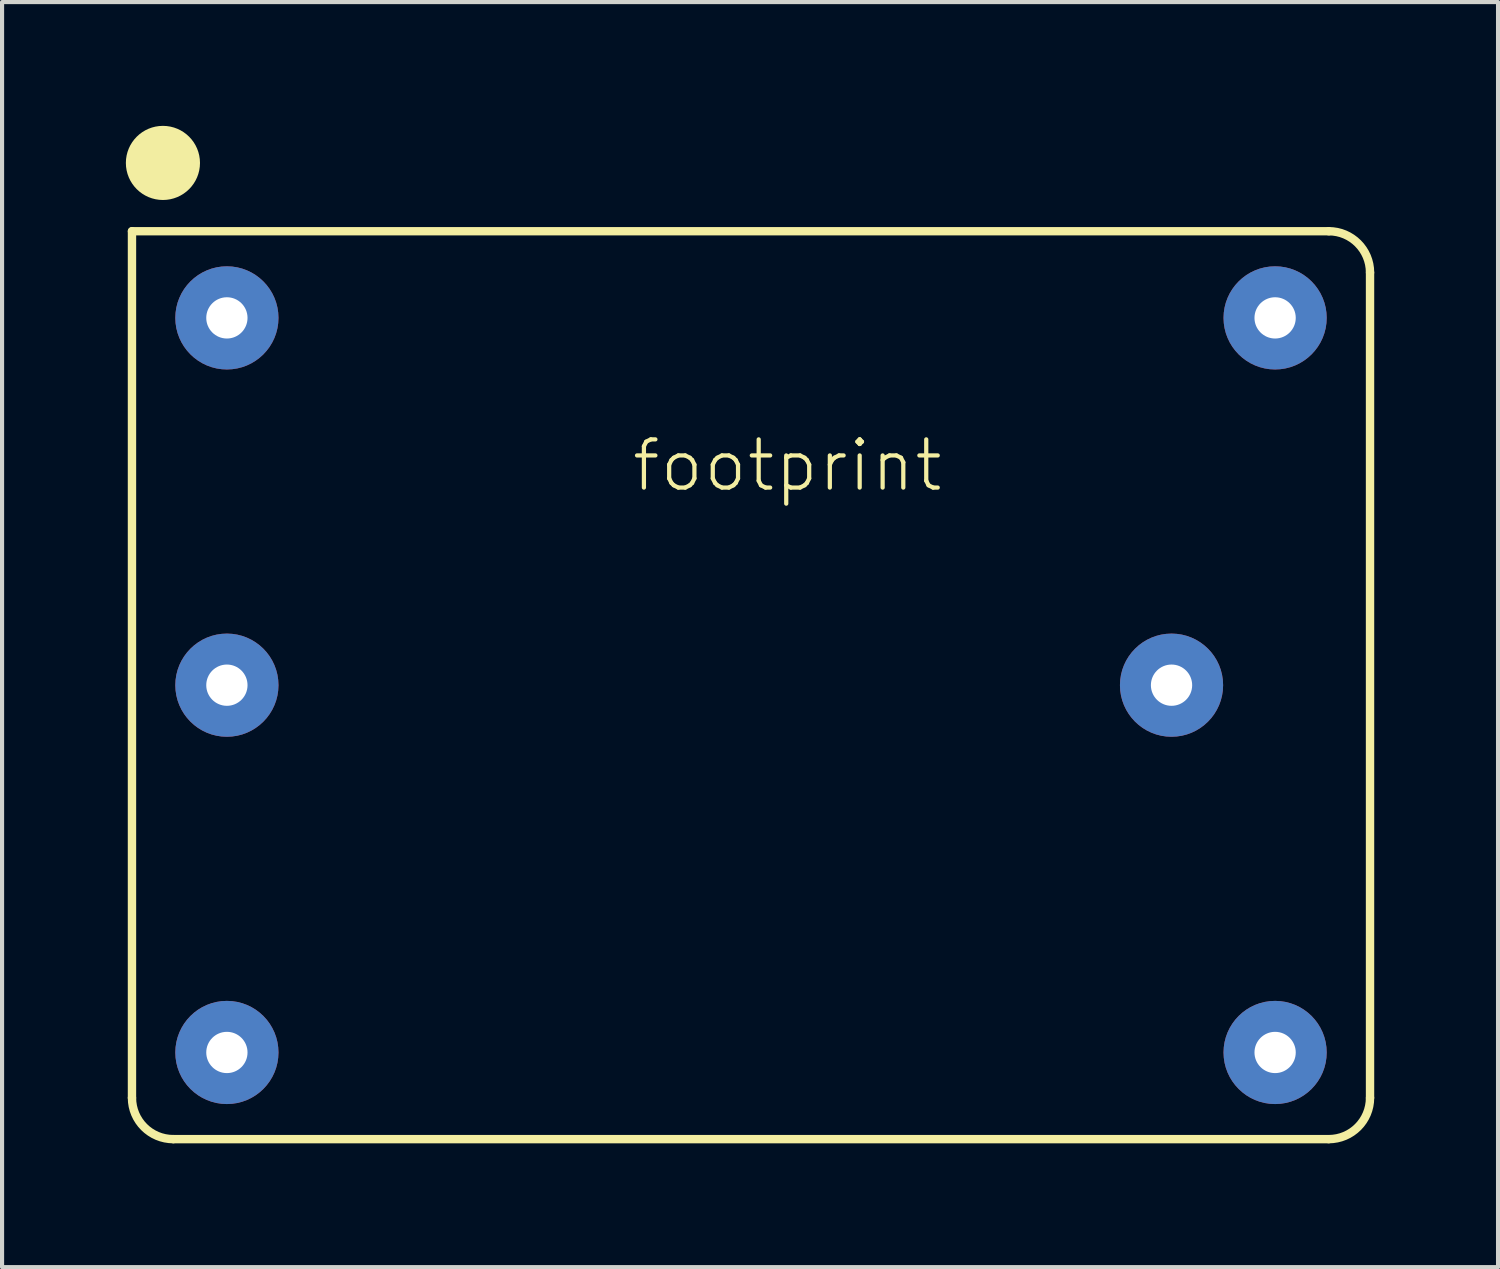
<source format=kicad_pcb>
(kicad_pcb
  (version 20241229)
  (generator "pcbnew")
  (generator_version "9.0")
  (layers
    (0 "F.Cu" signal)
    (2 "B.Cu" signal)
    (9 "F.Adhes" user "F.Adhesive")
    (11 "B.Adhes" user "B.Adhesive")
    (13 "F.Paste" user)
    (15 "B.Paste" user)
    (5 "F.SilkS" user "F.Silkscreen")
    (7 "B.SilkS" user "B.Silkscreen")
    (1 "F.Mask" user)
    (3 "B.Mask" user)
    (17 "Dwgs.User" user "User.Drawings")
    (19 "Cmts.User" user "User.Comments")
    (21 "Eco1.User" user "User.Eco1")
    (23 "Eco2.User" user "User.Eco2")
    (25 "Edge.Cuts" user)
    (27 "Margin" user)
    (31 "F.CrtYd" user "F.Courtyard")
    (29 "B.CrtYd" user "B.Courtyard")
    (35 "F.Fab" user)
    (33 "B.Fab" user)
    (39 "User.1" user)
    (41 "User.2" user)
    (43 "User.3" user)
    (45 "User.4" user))
  (footprint "footprint"
    (layer "F.Cu")
    (at 15.148 13.553)
    (property "Reference" "footprint" (at -2.94 -4.64 0) (layer "F.SilkS") (effects (font (size 1.168 1.168) (thickness 0.102)) (justify left bottom)))
    (fp_line (start -15 -11) (end -15 10) (stroke (width 0.203) (type solid)) (layer "F.SilkS"))
    (fp_line (start -14 11) (end 14 11) (stroke (width 0.203) (type solid)) (layer "F.SilkS"))
    (fp_line (start 14 -11) (end -15 -11) (stroke (width 0.203) (type solid)) (layer "F.SilkS"))
    (fp_line (start 15 10) (end 15 -10) (stroke (width 0.203) (type solid)) (layer "F.SilkS"))
    (fp_arc (start -14 11) (mid -14.707107 10.707107) (end -15 10) (stroke (width 0.2032) (type solid)) (layer "F.SilkS"))
    (fp_arc (start 14 -11) (mid 14.707107 -10.707107) (end 15 -10) (stroke (width 0.2032) (type solid)) (layer "F.SilkS"))
    (fp_arc (start 15 10) (mid 14.707107 10.707107) (end 14 11) (stroke (width 0.2032) (type solid)) (layer "F.SilkS"))
    (fp_circle (center -14.25 -12.655) (end -13.801 -12.655) (stroke (width 0.898) (type solid)) (fill yes) (layer "F.SilkS"))
    (pad "1" thru_hole circle (at -12.7 -8.9 270) (size 2.5 2.5) (drill 1) (layers "*.Cu" "*.Mask"))
    (pad "2" thru_hole circle (at -12.7 0 270) (size 2.5 2.5) (drill 1) (layers "*.Cu" "*.Mask"))
    (pad "3" thru_hole circle (at -12.7 8.9) (size 2.5 2.5) (drill 1) (layers "*.Cu" "*.Mask"))
    (pad "4" thru_hole circle (at 12.7 8.9 90) (size 2.5 2.5) (drill 1) (layers "*.Cu" "*.Mask"))
    (pad "5" thru_hole circle (at 12.7 -8.9 180) (size 2.5 2.5) (drill 1) (layers "*.Cu" "*.Mask"))
    (pad "6" thru_hole circle (at 10.19 0 270) (size 2.5 2.5) (drill 1) (layers "*.Cu" "*.Mask")))
  (gr_rect
    (start -3 -3)
    (end 33.25 27.655)
    (stroke (width 0.1) (type default))
    (fill no)
    (layer "Edge.Cuts")))
</source>
